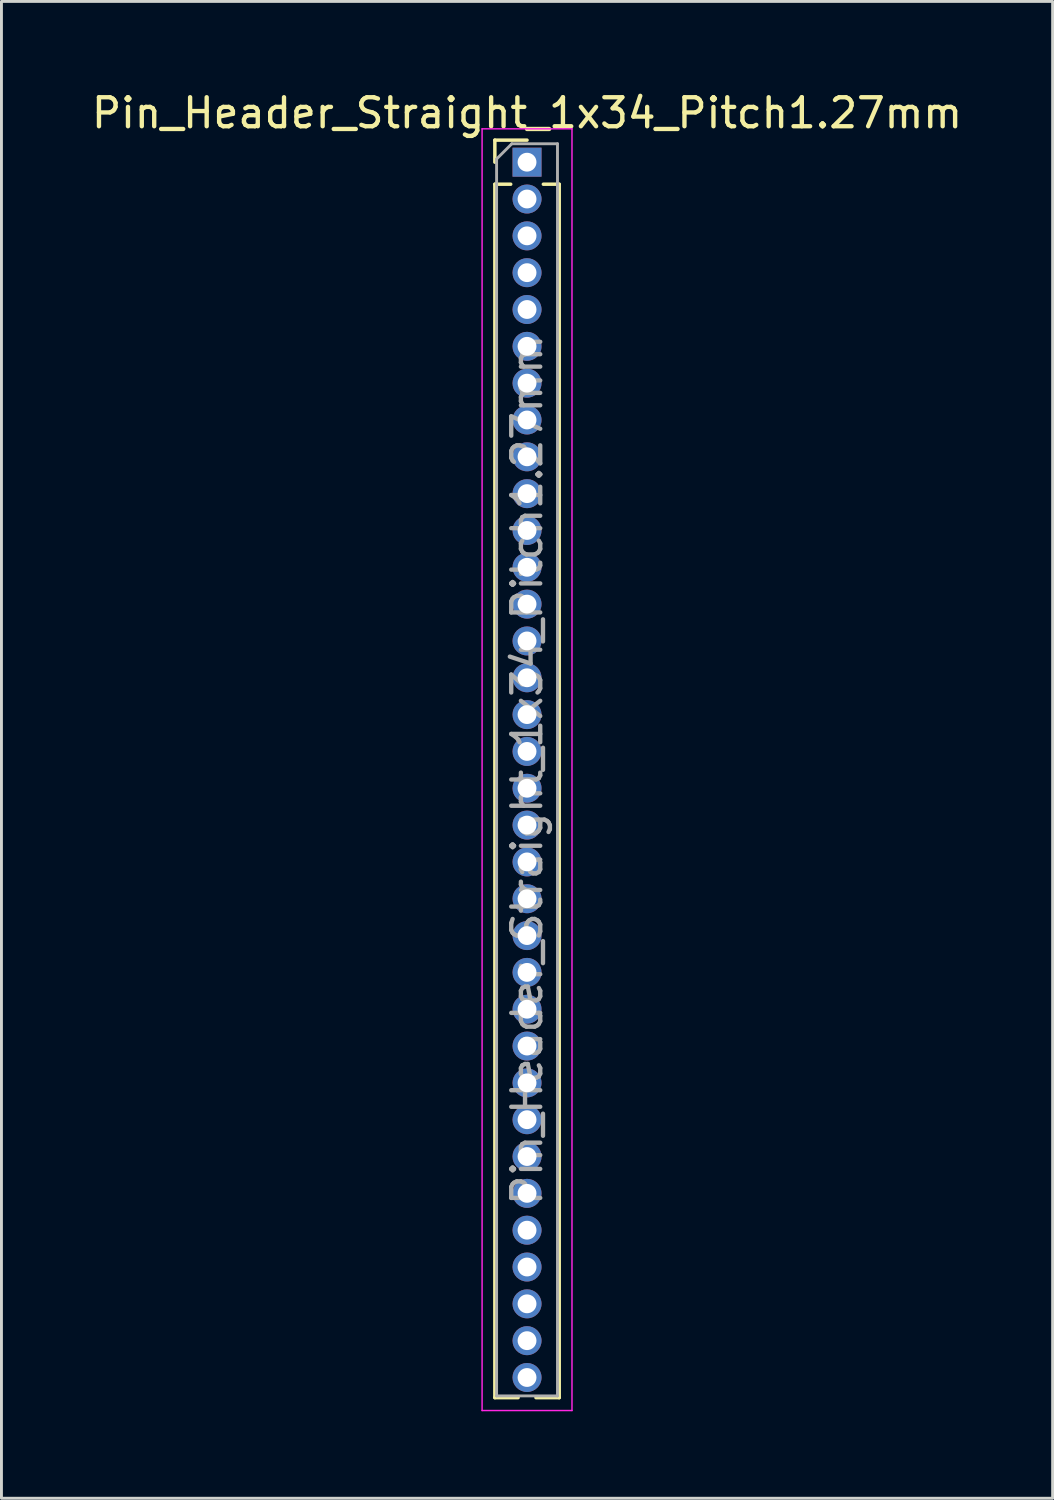
<source format=kicad_pcb>
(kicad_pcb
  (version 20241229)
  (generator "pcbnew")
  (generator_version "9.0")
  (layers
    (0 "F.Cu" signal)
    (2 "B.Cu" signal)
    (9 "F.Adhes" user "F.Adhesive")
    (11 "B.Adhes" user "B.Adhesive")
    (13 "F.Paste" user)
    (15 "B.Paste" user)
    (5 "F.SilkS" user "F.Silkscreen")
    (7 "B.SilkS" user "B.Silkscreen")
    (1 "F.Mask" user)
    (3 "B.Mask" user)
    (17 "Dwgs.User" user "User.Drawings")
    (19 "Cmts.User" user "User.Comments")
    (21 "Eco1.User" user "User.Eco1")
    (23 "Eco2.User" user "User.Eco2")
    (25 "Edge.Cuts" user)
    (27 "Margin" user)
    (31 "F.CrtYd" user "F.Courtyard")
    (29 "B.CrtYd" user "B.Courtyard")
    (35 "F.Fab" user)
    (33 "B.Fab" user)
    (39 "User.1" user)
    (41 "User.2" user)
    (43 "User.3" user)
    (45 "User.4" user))
  (footprint "Pin_Header_Straight_1x34_Pitch1.27mm"
    (layer "F.Cu")
    (at 15.125 2.543)
    (property "Reference" "Pin_Header_Straight_1x34_Pitch1.27mm" (at 0 -1.695 0) (layer "F.SilkS") (effects (font (size 1 1) (thickness 0.15))))
    (attr through_hole)
    (fp_line (start -1.11 -0.76) (end 0 -0.76) (stroke (width 0.12) (type solid)) (layer "F.SilkS"))
    (fp_line (start -1.11 0) (end -1.11 -0.76) (stroke (width 0.12) (type solid)) (layer "F.SilkS"))
    (fp_line (start -1.11 0.76) (end -1.11 42.605) (stroke (width 0.12) (type solid)) (layer "F.SilkS"))
    (fp_line (start -1.11 0.76) (end -0.563 0.76) (stroke (width 0.12) (type solid)) (layer "F.SilkS"))
    (fp_line (start -1.11 42.605) (end -0.308 42.605) (stroke (width 0.12) (type solid)) (layer "F.SilkS"))
    (fp_line (start 0.308 42.605) (end 1.11 42.605) (stroke (width 0.12) (type solid)) (layer "F.SilkS"))
    (fp_line (start 0.563 0.76) (end 1.11 0.76) (stroke (width 0.12) (type solid)) (layer "F.SilkS"))
    (fp_line (start 1.11 0.76) (end 1.11 42.605) (stroke (width 0.12) (type solid)) (layer "F.SilkS"))
    (fp_line (start -1.55 -1.15) (end -1.55 43.05) (stroke (width 0.05) (type solid)) (layer "F.CrtYd"))
    (fp_line (start -1.55 43.05) (end 1.55 43.05) (stroke (width 0.05) (type solid)) (layer "F.CrtYd"))
    (fp_line (start 1.55 -1.15) (end -1.55 -1.15) (stroke (width 0.05) (type solid)) (layer "F.CrtYd"))
    (fp_line (start 1.55 43.05) (end 1.55 -1.15) (stroke (width 0.05) (type solid)) (layer "F.CrtYd"))
    (fp_line (start -1.05 -0.11) (end -0.525 -0.635) (stroke (width 0.1) (type solid)) (layer "F.Fab"))
    (fp_line (start -1.05 42.545) (end -1.05 -0.11) (stroke (width 0.1) (type solid)) (layer "F.Fab"))
    (fp_line (start -0.525 -0.635) (end 1.05 -0.635) (stroke (width 0.1) (type solid)) (layer "F.Fab"))
    (fp_line (start 1.05 -0.635) (end 1.05 42.545) (stroke (width 0.1) (type solid)) (layer "F.Fab"))
    (fp_line (start 1.05 42.545) (end -1.05 42.545) (stroke (width 0.1) (type solid)) (layer "F.Fab"))
    (fp_text user "${REFERENCE}" (at 0 20.955 90) (layer "F.Fab") (effects (font (size 1 1) (thickness 0.15))))
    (pad "1" thru_hole rect (at 0 0) (size 1 1) (drill 0.65) (layers "*.Cu" "*.Mask"))
    (pad "2" thru_hole oval (at 0 1.27) (size 1 1) (drill 0.65) (layers "*.Cu" "*.Mask"))
    (pad "3" thru_hole oval (at 0 2.54) (size 1 1) (drill 0.65) (layers "*.Cu" "*.Mask"))
    (pad "4" thru_hole oval (at 0 3.81) (size 1 1) (drill 0.65) (layers "*.Cu" "*.Mask"))
    (pad "5" thru_hole oval (at 0 5.08) (size 1 1) (drill 0.65) (layers "*.Cu" "*.Mask"))
    (pad "6" thru_hole oval (at 0 6.35) (size 1 1) (drill 0.65) (layers "*.Cu" "*.Mask"))
    (pad "7" thru_hole oval (at 0 7.62) (size 1 1) (drill 0.65) (layers "*.Cu" "*.Mask"))
    (pad "8" thru_hole oval (at 0 8.89) (size 1 1) (drill 0.65) (layers "*.Cu" "*.Mask"))
    (pad "9" thru_hole oval (at 0 10.16) (size 1 1) (drill 0.65) (layers "*.Cu" "*.Mask"))
    (pad "10" thru_hole oval (at 0 11.43) (size 1 1) (drill 0.65) (layers "*.Cu" "*.Mask"))
    (pad "11" thru_hole oval (at 0 12.7) (size 1 1) (drill 0.65) (layers "*.Cu" "*.Mask"))
    (pad "12" thru_hole oval (at 0 13.97) (size 1 1) (drill 0.65) (layers "*.Cu" "*.Mask"))
    (pad "13" thru_hole oval (at 0 15.24) (size 1 1) (drill 0.65) (layers "*.Cu" "*.Mask"))
    (pad "14" thru_hole oval (at 0 16.51) (size 1 1) (drill 0.65) (layers "*.Cu" "*.Mask"))
    (pad "15" thru_hole oval (at 0 17.78) (size 1 1) (drill 0.65) (layers "*.Cu" "*.Mask"))
    (pad "16" thru_hole oval (at 0 19.05) (size 1 1) (drill 0.65) (layers "*.Cu" "*.Mask"))
    (pad "17" thru_hole oval (at 0 20.32) (size 1 1) (drill 0.65) (layers "*.Cu" "*.Mask"))
    (pad "18" thru_hole oval (at 0 21.59) (size 1 1) (drill 0.65) (layers "*.Cu" "*.Mask"))
    (pad "19" thru_hole oval (at 0 22.86) (size 1 1) (drill 0.65) (layers "*.Cu" "*.Mask"))
    (pad "20" thru_hole oval (at 0 24.13) (size 1 1) (drill 0.65) (layers "*.Cu" "*.Mask"))
    (pad "21" thru_hole oval (at 0 25.4) (size 1 1) (drill 0.65) (layers "*.Cu" "*.Mask"))
    (pad "22" thru_hole oval (at 0 26.67) (size 1 1) (drill 0.65) (layers "*.Cu" "*.Mask"))
    (pad "23" thru_hole oval (at 0 27.94) (size 1 1) (drill 0.65) (layers "*.Cu" "*.Mask"))
    (pad "24" thru_hole oval (at 0 29.21) (size 1 1) (drill 0.65) (layers "*.Cu" "*.Mask"))
    (pad "25" thru_hole oval (at 0 30.48) (size 1 1) (drill 0.65) (layers "*.Cu" "*.Mask"))
    (pad "26" thru_hole oval (at 0 31.75) (size 1 1) (drill 0.65) (layers "*.Cu" "*.Mask"))
    (pad "27" thru_hole oval (at 0 33.02) (size 1 1) (drill 0.65) (layers "*.Cu" "*.Mask"))
    (pad "28" thru_hole oval (at 0 34.29) (size 1 1) (drill 0.65) (layers "*.Cu" "*.Mask"))
    (pad "29" thru_hole oval (at 0 35.56) (size 1 1) (drill 0.65) (layers "*.Cu" "*.Mask"))
    (pad "30" thru_hole oval (at 0 36.83) (size 1 1) (drill 0.65) (layers "*.Cu" "*.Mask"))
    (pad "31" thru_hole oval (at 0 38.1) (size 1 1) (drill 0.65) (layers "*.Cu" "*.Mask"))
    (pad "32" thru_hole oval (at 0 39.37) (size 1 1) (drill 0.65) (layers "*.Cu" "*.Mask"))
    (pad "33" thru_hole oval (at 0 40.64) (size 1 1) (drill 0.65) (layers "*.Cu" "*.Mask"))
    (pad "34" thru_hole oval (at 0 41.91) (size 1 1) (drill 0.65) (layers "*.Cu" "*.Mask")))
  (gr_rect
    (start -3 -3)
    (end 33.25 48.618)
    (stroke (width 0.1) (type default))
    (fill no)
    (layer "Edge.Cuts")))
</source>
